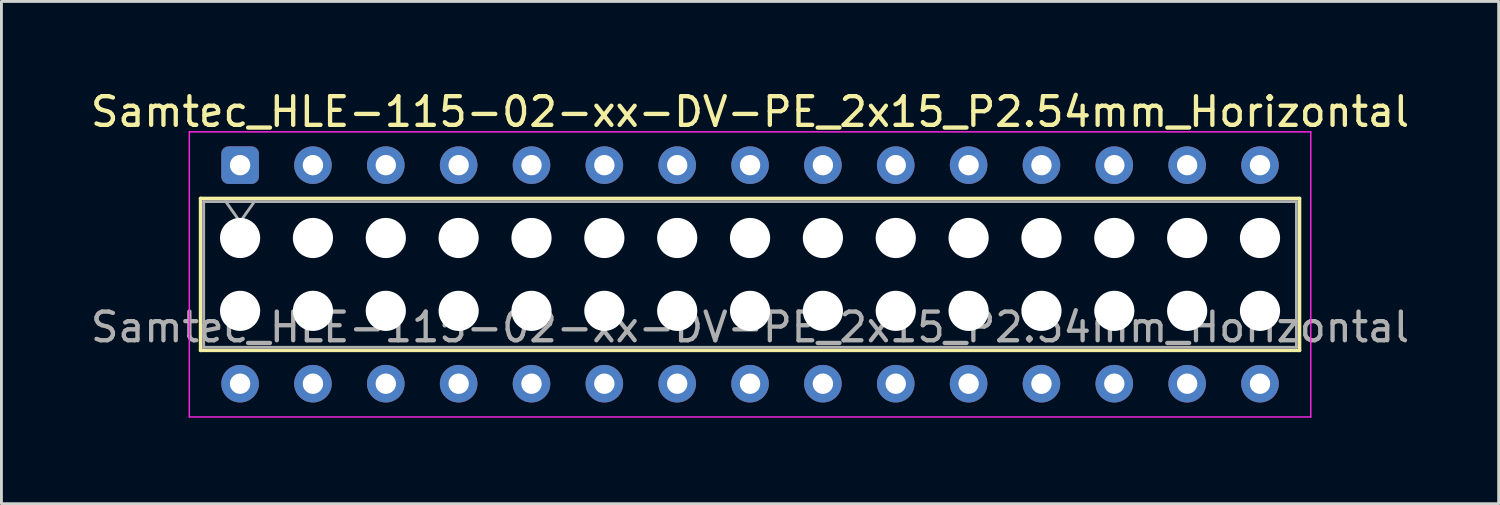
<source format=kicad_pcb>
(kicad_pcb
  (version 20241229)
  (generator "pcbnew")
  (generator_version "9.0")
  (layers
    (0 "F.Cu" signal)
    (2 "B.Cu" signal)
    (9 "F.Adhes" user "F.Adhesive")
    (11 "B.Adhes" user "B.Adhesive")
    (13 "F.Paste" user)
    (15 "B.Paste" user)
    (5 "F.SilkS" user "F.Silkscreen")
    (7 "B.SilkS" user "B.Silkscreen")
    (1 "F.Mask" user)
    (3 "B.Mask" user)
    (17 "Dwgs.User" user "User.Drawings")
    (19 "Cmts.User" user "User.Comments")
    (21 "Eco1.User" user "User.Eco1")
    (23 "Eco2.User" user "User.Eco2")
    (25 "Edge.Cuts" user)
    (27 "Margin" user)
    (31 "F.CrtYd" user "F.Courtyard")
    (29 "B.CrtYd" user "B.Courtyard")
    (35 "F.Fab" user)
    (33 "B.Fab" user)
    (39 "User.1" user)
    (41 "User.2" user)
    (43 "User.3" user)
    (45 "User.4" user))
  (footprint "Samtec_HLE-115-02-xx-DV-PE_2x15_P2.54mm_Horizontal"
    (layer "F.Cu")
    (at 5.321 2.708)
    (property "Reference" "Samtec_HLE-115-02-xx-DV-PE_2x15_P2.54mm_Horizontal" (at 17.78 -1.86 0) (layer "F.SilkS") (effects (font (size 1 1) (thickness 0.15))))
    (attr through_hole)
    (fp_line (start -1.38 1.16) (end 36.94 1.16) (stroke (width 0.12) (type solid)) (layer "F.SilkS"))
    (fp_line (start -1.38 6.46) (end -1.38 1.16) (stroke (width 0.12) (type solid)) (layer "F.SilkS"))
    (fp_line (start 36.94 1.16) (end 36.94 6.46) (stroke (width 0.12) (type solid)) (layer "F.SilkS"))
    (fp_line (start 36.94 6.46) (end -1.38 6.46) (stroke (width 0.12) (type solid)) (layer "F.SilkS"))
    (fp_line (start -1.77 -1.16) (end 37.33 -1.16) (stroke (width 0.05) (type solid)) (layer "F.CrtYd"))
    (fp_line (start -1.77 8.78) (end -1.77 -1.16) (stroke (width 0.05) (type solid)) (layer "F.CrtYd"))
    (fp_line (start 37.33 -1.16) (end 37.33 8.78) (stroke (width 0.05) (type solid)) (layer "F.CrtYd"))
    (fp_line (start 37.33 8.78) (end -1.77 8.78) (stroke (width 0.05) (type solid)) (layer "F.CrtYd"))
    (fp_line (start -1.27 1.27) (end 36.83 1.27) (stroke (width 0.1) (type solid)) (layer "F.Fab"))
    (fp_line (start -1.27 6.35) (end -1.27 1.27) (stroke (width 0.1) (type solid)) (layer "F.Fab"))
    (fp_line (start -0.5 1.27) (end 0 1.977) (stroke (width 0.1) (type solid)) (layer "F.Fab"))
    (fp_line (start 0 1.977) (end 0.5 1.27) (stroke (width 0.1) (type solid)) (layer "F.Fab"))
    (fp_line (start 36.83 1.27) (end 36.83 6.35) (stroke (width 0.1) (type solid)) (layer "F.Fab"))
    (fp_line (start 36.83 6.35) (end -1.27 6.35) (stroke (width 0.1) (type solid)) (layer "F.Fab"))
    (fp_text user "${REFERENCE}" (at 17.78 5.65 0) (layer "F.Fab") (effects (font (size 1 1) (thickness 0.15))))
    (pad "" np_thru_hole circle (at 0 2.54) (size 1.4 1.4) (drill 1.4) (layers "*.Cu" "*.Mask"))
    (pad "" np_thru_hole circle (at 0 5.08) (size 1.4 1.4) (drill 1.4) (layers "*.Cu" "*.Mask"))
    (pad "" np_thru_hole circle (at 2.54 2.54) (size 1.4 1.4) (drill 1.4) (layers "*.Cu" "*.Mask"))
    (pad "" np_thru_hole circle (at 2.54 5.08) (size 1.4 1.4) (drill 1.4) (layers "*.Cu" "*.Mask"))
    (pad "" np_thru_hole circle (at 5.08 2.54) (size 1.4 1.4) (drill 1.4) (layers "*.Cu" "*.Mask"))
    (pad "" np_thru_hole circle (at 5.08 5.08) (size 1.4 1.4) (drill 1.4) (layers "*.Cu" "*.Mask"))
    (pad "" np_thru_hole circle (at 7.62 2.54) (size 1.4 1.4) (drill 1.4) (layers "*.Cu" "*.Mask"))
    (pad "" np_thru_hole circle (at 7.62 5.08) (size 1.4 1.4) (drill 1.4) (layers "*.Cu" "*.Mask"))
    (pad "" np_thru_hole circle (at 10.16 2.54) (size 1.4 1.4) (drill 1.4) (layers "*.Cu" "*.Mask"))
    (pad "" np_thru_hole circle (at 10.16 5.08) (size 1.4 1.4) (drill 1.4) (layers "*.Cu" "*.Mask"))
    (pad "" np_thru_hole circle (at 12.7 2.54) (size 1.4 1.4) (drill 1.4) (layers "*.Cu" "*.Mask"))
    (pad "" np_thru_hole circle (at 12.7 5.08) (size 1.4 1.4) (drill 1.4) (layers "*.Cu" "*.Mask"))
    (pad "" np_thru_hole circle (at 15.24 2.54) (size 1.4 1.4) (drill 1.4) (layers "*.Cu" "*.Mask"))
    (pad "" np_thru_hole circle (at 15.24 5.08) (size 1.4 1.4) (drill 1.4) (layers "*.Cu" "*.Mask"))
    (pad "" np_thru_hole circle (at 17.78 2.54) (size 1.4 1.4) (drill 1.4) (layers "*.Cu" "*.Mask"))
    (pad "" np_thru_hole circle (at 17.78 5.08) (size 1.4 1.4) (drill 1.4) (layers "*.Cu" "*.Mask"))
    (pad "" np_thru_hole circle (at 20.32 2.54) (size 1.4 1.4) (drill 1.4) (layers "*.Cu" "*.Mask"))
    (pad "" np_thru_hole circle (at 20.32 5.08) (size 1.4 1.4) (drill 1.4) (layers "*.Cu" "*.Mask"))
    (pad "" np_thru_hole circle (at 22.86 2.54) (size 1.4 1.4) (drill 1.4) (layers "*.Cu" "*.Mask"))
    (pad "" np_thru_hole circle (at 22.86 5.08) (size 1.4 1.4) (drill 1.4) (layers "*.Cu" "*.Mask"))
    (pad "" np_thru_hole circle (at 25.4 2.54) (size 1.4 1.4) (drill 1.4) (layers "*.Cu" "*.Mask"))
    (pad "" np_thru_hole circle (at 25.4 5.08) (size 1.4 1.4) (drill 1.4) (layers "*.Cu" "*.Mask"))
    (pad "" np_thru_hole circle (at 27.94 2.54) (size 1.4 1.4) (drill 1.4) (layers "*.Cu" "*.Mask"))
    (pad "" np_thru_hole circle (at 27.94 5.08) (size 1.4 1.4) (drill 1.4) (layers "*.Cu" "*.Mask"))
    (pad "" np_thru_hole circle (at 30.48 2.54) (size 1.4 1.4) (drill 1.4) (layers "*.Cu" "*.Mask"))
    (pad "" np_thru_hole circle (at 30.48 5.08) (size 1.4 1.4) (drill 1.4) (layers "*.Cu" "*.Mask"))
    (pad "" np_thru_hole circle (at 33.02 2.54) (size 1.4 1.4) (drill 1.4) (layers "*.Cu" "*.Mask"))
    (pad "" np_thru_hole circle (at 33.02 5.08) (size 1.4 1.4) (drill 1.4) (layers "*.Cu" "*.Mask"))
    (pad "" np_thru_hole circle (at 35.56 2.54) (size 1.4 1.4) (drill 1.4) (layers "*.Cu" "*.Mask"))
    (pad "" np_thru_hole circle (at 35.56 5.08) (size 1.4 1.4) (drill 1.4) (layers "*.Cu" "*.Mask"))
    (pad "1" thru_hole roundrect (at 0 0) (size 1.31 1.31) (drill 0.71) (layers "*.Cu" "*.Mask") (roundrect_rratio 0.191))
    (pad "2" thru_hole circle (at 0 7.62) (size 1.31 1.31) (drill 0.71) (layers "*.Cu" "*.Mask"))
    (pad "3" thru_hole circle (at 2.54 0) (size 1.31 1.31) (drill 0.71) (layers "*.Cu" "*.Mask"))
    (pad "4" thru_hole circle (at 2.54 7.62) (size 1.31 1.31) (drill 0.71) (layers "*.Cu" "*.Mask"))
    (pad "5" thru_hole circle (at 5.08 0) (size 1.31 1.31) (drill 0.71) (layers "*.Cu" "*.Mask"))
    (pad "6" thru_hole circle (at 5.08 7.62) (size 1.31 1.31) (drill 0.71) (layers "*.Cu" "*.Mask"))
    (pad "7" thru_hole circle (at 7.62 0) (size 1.31 1.31) (drill 0.71) (layers "*.Cu" "*.Mask"))
    (pad "8" thru_hole circle (at 7.62 7.62) (size 1.31 1.31) (drill 0.71) (layers "*.Cu" "*.Mask"))
    (pad "9" thru_hole circle (at 10.16 0) (size 1.31 1.31) (drill 0.71) (layers "*.Cu" "*.Mask"))
    (pad "10" thru_hole circle (at 10.16 7.62) (size 1.31 1.31) (drill 0.71) (layers "*.Cu" "*.Mask"))
    (pad "11" thru_hole circle (at 12.7 0) (size 1.31 1.31) (drill 0.71) (layers "*.Cu" "*.Mask"))
    (pad "12" thru_hole circle (at 12.7 7.62) (size 1.31 1.31) (drill 0.71) (layers "*.Cu" "*.Mask"))
    (pad "13" thru_hole circle (at 15.24 0) (size 1.31 1.31) (drill 0.71) (layers "*.Cu" "*.Mask"))
    (pad "14" thru_hole circle (at 15.24 7.62) (size 1.31 1.31) (drill 0.71) (layers "*.Cu" "*.Mask"))
    (pad "15" thru_hole circle (at 17.78 0) (size 1.31 1.31) (drill 0.71) (layers "*.Cu" "*.Mask"))
    (pad "16" thru_hole circle (at 17.78 7.62) (size 1.31 1.31) (drill 0.71) (layers "*.Cu" "*.Mask"))
    (pad "17" thru_hole circle (at 20.32 0) (size 1.31 1.31) (drill 0.71) (layers "*.Cu" "*.Mask"))
    (pad "18" thru_hole circle (at 20.32 7.62) (size 1.31 1.31) (drill 0.71) (layers "*.Cu" "*.Mask"))
    (pad "19" thru_hole circle (at 22.86 0) (size 1.31 1.31) (drill 0.71) (layers "*.Cu" "*.Mask"))
    (pad "20" thru_hole circle (at 22.86 7.62) (size 1.31 1.31) (drill 0.71) (layers "*.Cu" "*.Mask"))
    (pad "21" thru_hole circle (at 25.4 0) (size 1.31 1.31) (drill 0.71) (layers "*.Cu" "*.Mask"))
    (pad "22" thru_hole circle (at 25.4 7.62) (size 1.31 1.31) (drill 0.71) (layers "*.Cu" "*.Mask"))
    (pad "23" thru_hole circle (at 27.94 0) (size 1.31 1.31) (drill 0.71) (layers "*.Cu" "*.Mask"))
    (pad "24" thru_hole circle (at 27.94 7.62) (size 1.31 1.31) (drill 0.71) (layers "*.Cu" "*.Mask"))
    (pad "25" thru_hole circle (at 30.48 0) (size 1.31 1.31) (drill 0.71) (layers "*.Cu" "*.Mask"))
    (pad "26" thru_hole circle (at 30.48 7.62) (size 1.31 1.31) (drill 0.71) (layers "*.Cu" "*.Mask"))
    (pad "27" thru_hole circle (at 33.02 0) (size 1.31 1.31) (drill 0.71) (layers "*.Cu" "*.Mask"))
    (pad "28" thru_hole circle (at 33.02 7.62) (size 1.31 1.31) (drill 0.71) (layers "*.Cu" "*.Mask"))
    (pad "29" thru_hole circle (at 35.56 0) (size 1.31 1.31) (drill 0.71) (layers "*.Cu" "*.Mask"))
    (pad "30" thru_hole circle (at 35.56 7.62) (size 1.31 1.31) (drill 0.71) (layers "*.Cu" "*.Mask")))
  (gr_rect
    (start -3 -3)
    (end 49.202 14.513)
    (stroke (width 0.1) (type default))
    (fill no)
    (layer "Edge.Cuts")))
</source>
